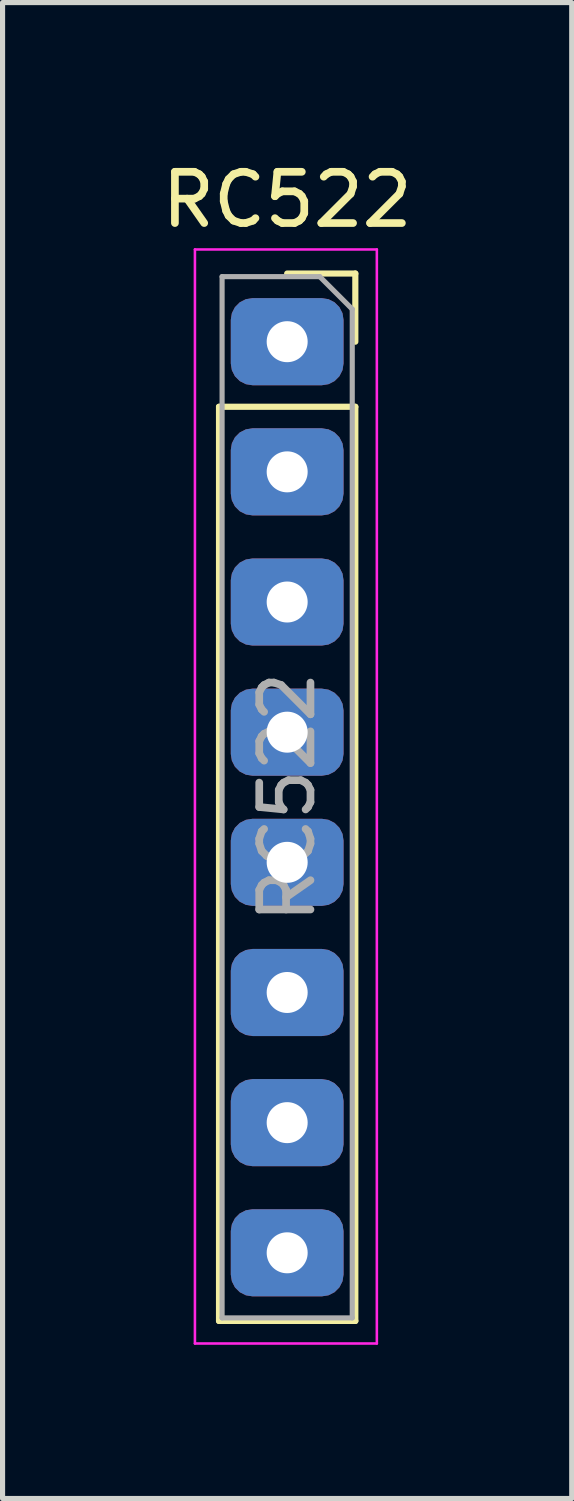
<source format=kicad_pcb>
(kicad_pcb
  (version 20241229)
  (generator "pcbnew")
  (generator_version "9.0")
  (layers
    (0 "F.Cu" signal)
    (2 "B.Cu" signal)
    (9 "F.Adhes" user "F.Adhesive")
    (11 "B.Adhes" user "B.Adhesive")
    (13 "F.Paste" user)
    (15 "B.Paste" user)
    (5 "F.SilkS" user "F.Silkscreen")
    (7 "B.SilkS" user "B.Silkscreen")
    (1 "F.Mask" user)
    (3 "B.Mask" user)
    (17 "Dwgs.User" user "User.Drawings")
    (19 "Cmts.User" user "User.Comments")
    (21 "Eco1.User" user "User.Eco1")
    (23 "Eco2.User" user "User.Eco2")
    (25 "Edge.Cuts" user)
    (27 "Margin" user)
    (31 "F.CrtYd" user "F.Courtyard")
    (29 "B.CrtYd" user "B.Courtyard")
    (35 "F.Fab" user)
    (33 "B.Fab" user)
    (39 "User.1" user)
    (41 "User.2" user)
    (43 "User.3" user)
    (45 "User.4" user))
  (footprint "RC522"
    (layer "F.Cu")
    (at 2.554 3.618)
    (property "Reference" "RC522" (at 0 -2.77 0) (layer "F.SilkS") (effects (font (size 1 1) (thickness 0.15))))
    (attr through_hole)
    (fp_line (start -1.33 1.27) (end -1.33 19.11) (stroke (width 0.12) (type solid)) (layer "F.SilkS"))
    (fp_line (start -1.33 1.27) (end 1.33 1.27) (stroke (width 0.12) (type solid)) (layer "F.SilkS"))
    (fp_line (start -1.33 19.11) (end 1.33 19.11) (stroke (width 0.12) (type solid)) (layer "F.SilkS"))
    (fp_line (start 0 -1.33) (end 1.33 -1.33) (stroke (width 0.12) (type solid)) (layer "F.SilkS"))
    (fp_line (start 1.33 -1.33) (end 1.33 0) (stroke (width 0.12) (type solid)) (layer "F.SilkS"))
    (fp_line (start 1.33 1.27) (end 1.33 19.11) (stroke (width 0.12) (type solid)) (layer "F.SilkS"))
    (fp_line (start -1.8 -1.8) (end 1.75 -1.8) (stroke (width 0.05) (type solid)) (layer "F.CrtYd"))
    (fp_line (start -1.8 19.55) (end -1.8 -1.8) (stroke (width 0.05) (type solid)) (layer "F.CrtYd"))
    (fp_line (start 1.75 -1.8) (end 1.75 19.55) (stroke (width 0.05) (type solid)) (layer "F.CrtYd"))
    (fp_line (start 1.75 19.55) (end -1.8 19.55) (stroke (width 0.05) (type solid)) (layer "F.CrtYd"))
    (fp_line (start -1.27 -1.27) (end 0.635 -1.27) (stroke (width 0.1) (type solid)) (layer "F.Fab"))
    (fp_line (start -1.27 19.05) (end -1.27 -1.27) (stroke (width 0.1) (type solid)) (layer "F.Fab"))
    (fp_line (start 0.635 -1.27) (end 1.27 -0.635) (stroke (width 0.1) (type solid)) (layer "F.Fab"))
    (fp_line (start 1.27 -0.635) (end 1.27 19.05) (stroke (width 0.1) (type solid)) (layer "F.Fab"))
    (fp_line (start 1.27 19.05) (end -1.27 19.05) (stroke (width 0.1) (type solid)) (layer "F.Fab"))
    (fp_text user "${REFERENCE}" (at 0 8.89 270) (layer "F.Fab") (effects (font (size 1 1) (thickness 0.15))))
    (pad "1" thru_hole roundrect (at 0 0) (size 2.2 1.7) (drill 0.8) (layers "B.Cu" "B.Mask") (roundrect_rratio 0.25))
    (pad "2" thru_hole roundrect (at 0 2.54) (size 2.2 1.7) (drill 0.8) (layers "B.Cu" "B.Mask") (roundrect_rratio 0.25))
    (pad "3" thru_hole roundrect (at 0 5.08) (size 2.2 1.7) (drill 0.8) (layers "B.Cu" "B.Mask") (roundrect_rratio 0.25))
    (pad "4" thru_hole roundrect (at 0 7.62) (size 2.2 1.7) (drill 0.8) (layers "B.Cu" "B.Mask") (roundrect_rratio 0.25))
    (pad "5" thru_hole roundrect (at 0 10.16) (size 2.2 1.7) (drill 0.8) (layers "B.Cu" "B.Mask") (roundrect_rratio 0.25))
    (pad "6" thru_hole roundrect (at 0 12.7) (size 2.2 1.7) (drill 0.8) (layers "B.Cu" "B.Mask") (roundrect_rratio 0.25))
    (pad "7" thru_hole roundrect (at 0 15.24) (size 2.2 1.7) (drill 0.8) (layers "B.Cu" "B.Mask") (roundrect_rratio 0.25))
    (pad "8" thru_hole roundrect (at 0 17.78) (size 2.2 1.7) (drill 0.8) (layers "B.Cu" "B.Mask") (roundrect_rratio 0.25)))
  (gr_rect
    (start -3 -3)
    (end 8.107 26.193)
    (stroke (width 0.1) (type default))
    (fill no)
    (layer "Edge.Cuts")))
</source>
